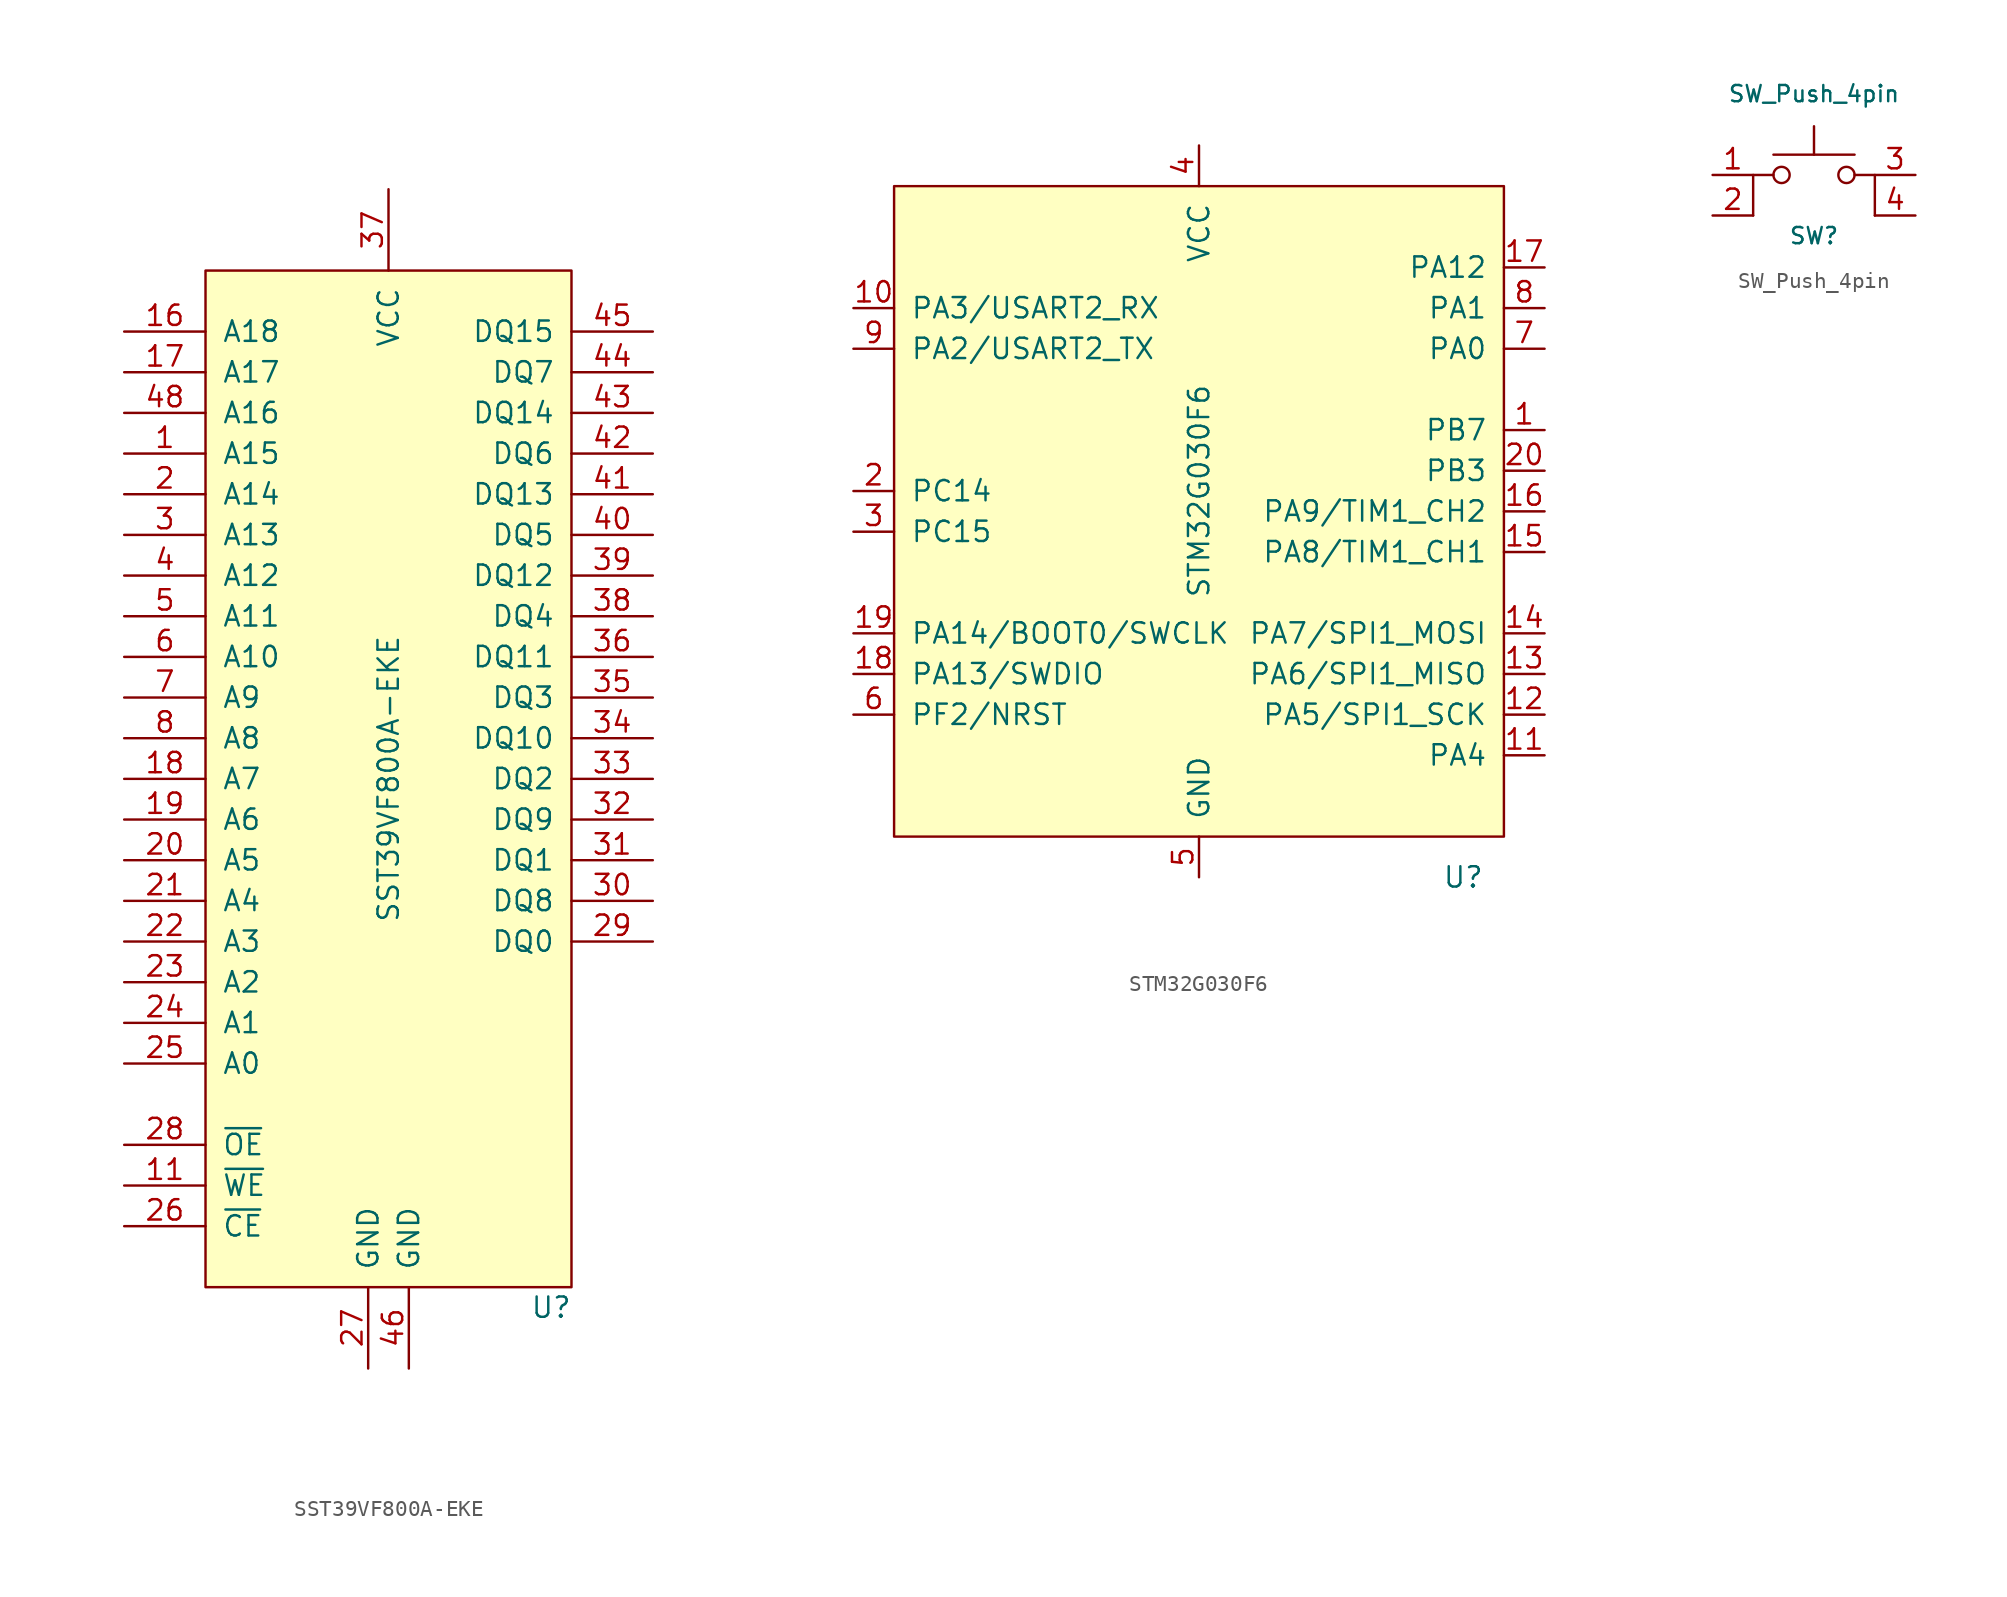
<source format=kicad_sym>
(kicad_symbol_lib
  (version 20211014)
  (generator kicad_symbol_editor)
  (symbol "SST39VF800A-EKE"
    (pin_names
      (offset 1.016))
    (property "Reference" "U"
      (at 10.16 -33.02 0)
      (effects (font (size 1.27 1.27))))
    (property "Value" "SST39VF800A-EKE"
      (at 0 0 90)
      (effects (font (size 1.27 1.27))))
    (symbol "SST39VF800A-EKE_0_1"
      (rectangle (start -11.43 31.75) (end 11.43 -31.75) (stroke (width 0) (type default) (color 0 0 0 0)) (fill (type background))))
    (symbol "SST39VF800A-EKE_1_0"
      (pin input line (at -16.51 20.32 0) (length 5.08) (name "A15" (effects (font (size 1.27 1.27)))) (number "1" (effects (font (size 1.27 1.27)))))
      (pin no_connect line (at 16.51 -26.67 180) (length 5.08) hide (name "NC" (effects (font (size 1.27 1.27)))) (number "10" (effects (font (size 1.27 1.27)))))
      (pin input line (at -16.51 -25.4 0) (length 5.08) (name "~{WE}" (effects (font (size 1.27 1.27)))) (number "11" (effects (font (size 1.27 1.27)))))
      (pin no_connect line (at 16.51 -24.13 180) (length 5.08) hide (name "NC" (effects (font (size 1.27 1.27)))) (number "12" (effects (font (size 1.27 1.27)))))
      (pin no_connect line (at 16.51 -21.59 180) (length 5.08) hide (name "NC" (effects (font (size 1.27 1.27)))) (number "13" (effects (font (size 1.27 1.27)))))
      (pin no_connect line (at 16.51 -19.05 180) (length 5.08) hide (name "NC" (effects (font (size 1.27 1.27)))) (number "14" (effects (font (size 1.27 1.27)))))
      (pin no_connect line (at 16.51 -16.51 180) (length 5.08) hide (name "NC" (effects (font (size 1.27 1.27)))) (number "15" (effects (font (size 1.27 1.27)))))
      (pin input line (at -16.51 27.94 0) (length 5.08) (name "A18" (effects (font (size 1.27 1.27)))) (number "16" (effects (font (size 1.27 1.27)))))
      (pin input line (at -16.51 25.4 0) (length 5.08) (name "A17" (effects (font (size 1.27 1.27)))) (number "17" (effects (font (size 1.27 1.27)))))
      (pin input line (at -16.51 0 0) (length 5.08) (name "A7" (effects (font (size 1.27 1.27)))) (number "18" (effects (font (size 1.27 1.27)))))
      (pin input line (at -16.51 -2.54 0) (length 5.08) (name "A6" (effects (font (size 1.27 1.27)))) (number "19" (effects (font (size 1.27 1.27)))))
      (pin input line (at -16.51 17.78 0) (length 5.08) (name "A14" (effects (font (size 1.27 1.27)))) (number "2" (effects (font (size 1.27 1.27)))))
      (pin input line (at -16.51 -5.08 0) (length 5.08) (name "A5" (effects (font (size 1.27 1.27)))) (number "20" (effects (font (size 1.27 1.27)))))
      (pin input line (at -16.51 -7.62 0) (length 5.08) (name "A4" (effects (font (size 1.27 1.27)))) (number "21" (effects (font (size 1.27 1.27)))))
      (pin input line (at -16.51 -10.16 0) (length 5.08) (name "A3" (effects (font (size 1.27 1.27)))) (number "22" (effects (font (size 1.27 1.27)))))
      (pin input line (at -16.51 -12.7 0) (length 5.08) (name "A2" (effects (font (size 1.27 1.27)))) (number "23" (effects (font (size 1.27 1.27)))))
      (pin input line (at -16.51 -15.24 0) (length 5.08) (name "A1" (effects (font (size 1.27 1.27)))) (number "24" (effects (font (size 1.27 1.27)))))
      (pin input line (at -16.51 -17.78 0) (length 5.08) (name "A0" (effects (font (size 1.27 1.27)))) (number "25" (effects (font (size 1.27 1.27)))))
      (pin input line (at -16.51 -27.94 0) (length 5.08) (name "~{CE}" (effects (font (size 1.27 1.27)))) (number "26" (effects (font (size 1.27 1.27)))))
      (pin power_in line (at -1.27 -36.83 90) (length 5.08) (name "GND" (effects (font (size 1.27 1.27)))) (number "27" (effects (font (size 1.27 1.27)))))
      (pin input line (at -16.51 -22.86 0) (length 5.08) (name "~{OE}" (effects (font (size 1.27 1.27)))) (number "28" (effects (font (size 1.27 1.27)))))
      (pin passive line (at 16.51 -10.16 180) (length 5.08) (name "DQ0" (effects (font (size 1.27 1.27)))) (number "29" (effects (font (size 1.27 1.27)))))
      (pin input line (at -16.51 15.24 0) (length 5.08) (name "A13" (effects (font (size 1.27 1.27)))) (number "3" (effects (font (size 1.27 1.27)))))
      (pin passive line (at 16.51 -7.62 180) (length 5.08) (name "DQ8" (effects (font (size 1.27 1.27)))) (number "30" (effects (font (size 1.27 1.27)))))
      (pin passive line (at 16.51 -5.08 180) (length 5.08) (name "DQ1" (effects (font (size 1.27 1.27)))) (number "31" (effects (font (size 1.27 1.27)))))
      (pin passive line (at 16.51 -2.54 180) (length 5.08) (name "DQ9" (effects (font (size 1.27 1.27)))) (number "32" (effects (font (size 1.27 1.27)))))
      (pin passive line (at 16.51 0 180) (length 5.08) (name "DQ2" (effects (font (size 1.27 1.27)))) (number "33" (effects (font (size 1.27 1.27)))))
      (pin passive line (at 16.51 2.54 180) (length 5.08) (name "DQ10" (effects (font (size 1.27 1.27)))) (number "34" (effects (font (size 1.27 1.27)))))
      (pin passive line (at 16.51 5.08 180) (length 5.08) (name "DQ3" (effects (font (size 1.27 1.27)))) (number "35" (effects (font (size 1.27 1.27)))))
      (pin passive line (at 16.51 7.62 180) (length 5.08) (name "DQ11" (effects (font (size 1.27 1.27)))) (number "36" (effects (font (size 1.27 1.27)))))
      (pin power_in line (at 0 36.83 270) (length 5.08) (name "VCC" (effects (font (size 1.27 1.27)))) (number "37" (effects (font (size 1.27 1.27)))))
      (pin passive line (at 16.51 10.16 180) (length 5.08) (name "DQ4" (effects (font (size 1.27 1.27)))) (number "38" (effects (font (size 1.27 1.27)))))
      (pin passive line (at 16.51 12.7 180) (length 5.08) (name "DQ12" (effects (font (size 1.27 1.27)))) (number "39" (effects (font (size 1.27 1.27)))))
      (pin input line (at -16.51 12.7 0) (length 5.08) (name "A12" (effects (font (size 1.27 1.27)))) (number "4" (effects (font (size 1.27 1.27)))))
      (pin passive line (at 16.51 15.24 180) (length 5.08) (name "DQ5" (effects (font (size 1.27 1.27)))) (number "40" (effects (font (size 1.27 1.27)))))
      (pin passive line (at 16.51 17.78 180) (length 5.08) (name "DQ13" (effects (font (size 1.27 1.27)))) (number "41" (effects (font (size 1.27 1.27)))))
      (pin passive line (at 16.51 20.32 180) (length 5.08) (name "DQ6" (effects (font (size 1.27 1.27)))) (number "42" (effects (font (size 1.27 1.27)))))
      (pin passive line (at 16.51 22.86 180) (length 5.08) (name "DQ14" (effects (font (size 1.27 1.27)))) (number "43" (effects (font (size 1.27 1.27)))))
      (pin passive line (at 16.51 25.4 180) (length 5.08) (name "DQ7" (effects (font (size 1.27 1.27)))) (number "44" (effects (font (size 1.27 1.27)))))
      (pin passive line (at 16.51 27.94 180) (length 5.08) (name "DQ15" (effects (font (size 1.27 1.27)))) (number "45" (effects (font (size 1.27 1.27)))))
      (pin power_in line (at 1.27 -36.83 90) (length 5.08) (name "GND" (effects (font (size 1.27 1.27)))) (number "46" (effects (font (size 1.27 1.27)))))
      (pin no_connect line (at 16.51 -13.97 180) (length 5.08) hide (name "NC" (effects (font (size 1.27 1.27)))) (number "47" (effects (font (size 1.27 1.27)))))
      (pin input line (at -16.51 22.86 0) (length 5.08) (name "A16" (effects (font (size 1.27 1.27)))) (number "48" (effects (font (size 1.27 1.27)))))
      (pin input line (at -16.51 10.16 0) (length 5.08) (name "A11" (effects (font (size 1.27 1.27)))) (number "5" (effects (font (size 1.27 1.27)))))
      (pin input line (at -16.51 7.62 0) (length 5.08) (name "A10" (effects (font (size 1.27 1.27)))) (number "6" (effects (font (size 1.27 1.27)))))
      (pin input line (at -16.51 5.08 0) (length 5.08) (name "A9" (effects (font (size 1.27 1.27)))) (number "7" (effects (font (size 1.27 1.27)))))
      (pin input line (at -16.51 2.54 0) (length 5.08) (name "A8" (effects (font (size 1.27 1.27)))) (number "8" (effects (font (size 1.27 1.27)))))
      (pin no_connect line (at 16.51 -29.21 180) (length 5.08) hide (name "NC" (effects (font (size 1.27 1.27)))) (number "9" (effects (font (size 1.27 1.27)))))))
  (symbol "STM32G030F6"
    (pin_names
      (offset 1.016))
    (property "Reference" "U"
      (at 16.51 -22.86 0)
      (effects (font (size 1.27 1.27))))
    (property "Value" "STM32G030F6"
      (at 0 1.27 90)
      (effects (font (size 1.27 1.27))))
    (symbol "STM32G030F6_0_1"
      (rectangle (start -19.05 20.32) (end 19.05 -20.32) (stroke (width 0) (type default) (color 0 0 0 0)) (fill (type background))))
    (symbol "STM32G030F6_1_1"
      (pin passive line (at 21.59 5.08 180) (length 2.54) (name "PB7" (effects (font (size 1.27 1.27)))) (number "1" (effects (font (size 1.27 1.27)))))
      (pin passive line (at -21.59 12.7 0) (length 2.54) (name "PA3/USART2_RX" (effects (font (size 1.27 1.27)))) (number "10" (effects (font (size 1.27 1.27)))))
      (pin passive line (at 21.59 -15.24 180) (length 2.54) (name "PA4" (effects (font (size 1.27 1.27)))) (number "11" (effects (font (size 1.27 1.27)))))
      (pin passive line (at 21.59 -12.7 180) (length 2.54) (name "PA5/SPI1_SCK" (effects (font (size 1.27 1.27)))) (number "12" (effects (font (size 1.27 1.27)))))
      (pin passive line (at 21.59 -10.16 180) (length 2.54) (name "PA6/SPI1_MISO" (effects (font (size 1.27 1.27)))) (number "13" (effects (font (size 1.27 1.27)))))
      (pin passive line (at 21.59 -7.62 180) (length 2.54) (name "PA7/SPI1_MOSI" (effects (font (size 1.27 1.27)))) (number "14" (effects (font (size 1.27 1.27)))))
      (pin passive line (at 21.59 -2.54 180) (length 2.54) (name "PA8/TIM1_CH1" (effects (font (size 1.27 1.27)))) (number "15" (effects (font (size 1.27 1.27)))))
      (pin passive line (at 21.59 0 180) (length 2.54) (name "PA9/TIM1_CH2" (effects (font (size 1.27 1.27)))) (number "16" (effects (font (size 1.27 1.27)))))
      (pin passive line (at 21.59 15.24 180) (length 2.54) (name "PA12" (effects (font (size 1.27 1.27)))) (number "17" (effects (font (size 1.27 1.27)))))
      (pin passive line (at -21.59 -10.16 0) (length 2.54) (name "PA13/SWDIO" (effects (font (size 1.27 1.27)))) (number "18" (effects (font (size 1.27 1.27)))))
      (pin passive line (at -21.59 -7.62 0) (length 2.54) (name "PA14/BOOT0/SWCLK" (effects (font (size 1.27 1.27)))) (number "19" (effects (font (size 1.27 1.27)))))
      (pin passive line (at -21.59 1.27 0) (length 2.54) (name "PC14" (effects (font (size 1.27 1.27)))) (number "2" (effects (font (size 1.27 1.27)))))
      (pin passive line (at 21.59 2.54 180) (length 2.54) (name "PB3" (effects (font (size 1.27 1.27)))) (number "20" (effects (font (size 1.27 1.27)))))
      (pin passive line (at -21.59 -1.27 0) (length 2.54) (name "PC15" (effects (font (size 1.27 1.27)))) (number "3" (effects (font (size 1.27 1.27)))))
      (pin power_in line (at 0 22.86 270) (length 2.54) (name "VCC" (effects (font (size 1.27 1.27)))) (number "4" (effects (font (size 1.27 1.27)))))
      (pin power_in line (at 0 -22.86 90) (length 2.54) (name "GND" (effects (font (size 1.27 1.27)))) (number "5" (effects (font (size 1.27 1.27)))))
      (pin passive line (at -21.59 -12.7 0) (length 2.54) (name "PF2/NRST" (effects (font (size 1.27 1.27)))) (number "6" (effects (font (size 1.27 1.27)))))
      (pin passive line (at 21.59 10.16 180) (length 2.54) (name "PA0" (effects (font (size 1.27 1.27)))) (number "7" (effects (font (size 1.27 1.27)))))
      (pin passive line (at 21.59 12.7 180) (length 2.54) (name "PA1" (effects (font (size 1.27 1.27)))) (number "8" (effects (font (size 1.27 1.27)))))
      (pin passive line (at -21.59 10.16 0) (length 2.54) (name "PA2/USART2_TX" (effects (font (size 1.27 1.27)))) (number "9" (effects (font (size 1.27 1.27)))))))
  (symbol "SW_Push_4pin"
    (pin_names
      (offset 1.016) hide)
    (property "Reference" "SW"
      (at 0 -3.81 0)
      (effects (font (size 1.016 1.016))))
    (property "Value" "SW_Push_4pin"
      (at 0 5.08 0)
      (effects (font (size 1.016 1.016))))
    (symbol "SW_Push_4pin_1_1"
      (circle (center -2.032 0) (radius 0.508) (stroke (width 0) (type default) (color 0 0 0 0)) (fill (type none)))
      (polyline (pts (xy 0 1.27) (xy 0 3.048)) (stroke (width 0) (type default) (color 0 0 0 0)) (fill (type none)))
      (polyline (pts (xy 2.54 1.27) (xy -2.54 1.27)) (stroke (width 0) (type default) (color 0 0 0 0)) (fill (type none)))
      (polyline (pts (xy -3.81 -2.54) (xy -3.81 0) (xy -2.54 0)) (stroke (width 0) (type default) (color 0 0 0 0)) (fill (type none)))
      (polyline (pts (xy 3.81 -2.54) (xy 3.81 0) (xy 2.54 0)) (stroke (width 0) (type default) (color 0 0 0 0)) (fill (type none)))
      (circle (center 2.032 0) (radius 0.508) (stroke (width 0) (type default) (color 0 0 0 0)) (fill (type none)))
      (pin passive line (at -6.35 0 0) (length 2.54) (name "1" (effects (font (size 1.27 1.27)))) (number "1" (effects (font (size 1.27 1.27)))))
      (pin passive line (at -6.35 -2.54 0) (length 2.54) (name "2" (effects (font (size 1.27 1.27)))) (number "2" (effects (font (size 1.27 1.27)))))
      (pin passive line (at 6.35 0 180) (length 2.54) (name "3" (effects (font (size 1.27 1.27)))) (number "3" (effects (font (size 1.27 1.27)))))
      (pin passive line (at 6.35 -2.54 180) (length 2.54) (name "4" (effects (font (size 1.27 1.27)))) (number "4" (effects (font (size 1.27 1.27))))))))
</source>
